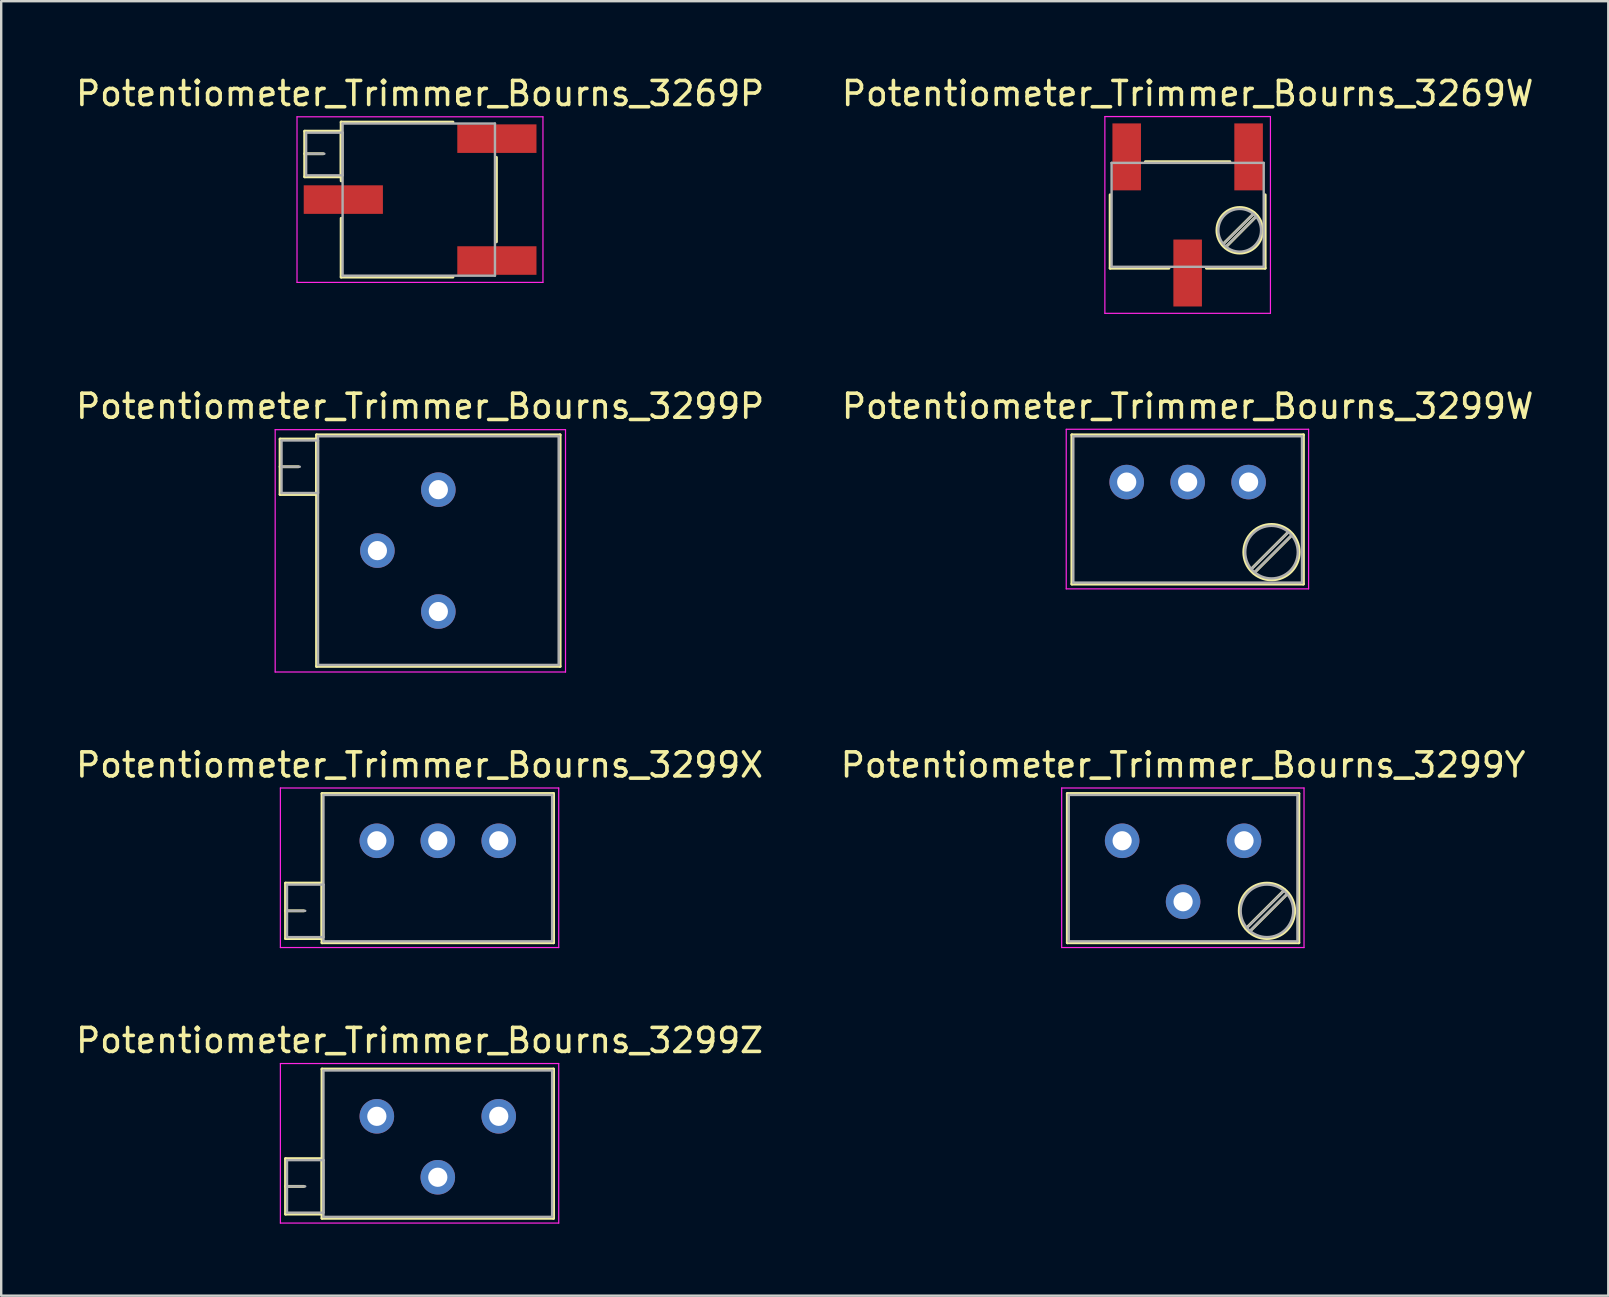
<source format=kicad_pcb>
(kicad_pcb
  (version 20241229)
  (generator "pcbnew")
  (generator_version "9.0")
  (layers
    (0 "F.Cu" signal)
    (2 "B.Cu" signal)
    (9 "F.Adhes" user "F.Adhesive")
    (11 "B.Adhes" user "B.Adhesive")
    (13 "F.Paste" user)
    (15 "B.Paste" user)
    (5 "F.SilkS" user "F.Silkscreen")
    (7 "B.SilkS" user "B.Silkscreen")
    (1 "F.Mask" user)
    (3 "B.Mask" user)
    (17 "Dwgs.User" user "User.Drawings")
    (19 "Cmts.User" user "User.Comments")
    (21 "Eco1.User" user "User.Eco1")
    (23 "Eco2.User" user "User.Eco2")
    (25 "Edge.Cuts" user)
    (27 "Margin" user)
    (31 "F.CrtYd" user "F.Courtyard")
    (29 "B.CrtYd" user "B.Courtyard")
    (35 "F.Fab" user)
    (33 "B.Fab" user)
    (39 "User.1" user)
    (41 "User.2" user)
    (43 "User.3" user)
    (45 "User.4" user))
  (footprint "Potentiometer_Trimmer_Bourns_3299Z"
    (layer "F.Cu")
    (at 17.735 43.473)
    (property "Reference" "Potentiometer_Trimmer_Bourns_3299Z" (at -3.3 -3.16 0) (layer "F.SilkS") (effects (font (size 1 1) (thickness 0.15))))
    (attr through_hole)
    (fp_line (start -8.885 1.765) (end -8.885 4.075) (stroke (width 0.12) (type solid)) (layer "F.SilkS"))
    (fp_line (start -8.885 1.765) (end -7.366 1.765) (stroke (width 0.12) (type solid)) (layer "F.SilkS"))
    (fp_line (start -8.885 2.92) (end -8.125 2.92) (stroke (width 0.12) (type solid)) (layer "F.SilkS"))
    (fp_line (start -8.885 4.075) (end -7.366 4.075) (stroke (width 0.12) (type solid)) (layer "F.SilkS"))
    (fp_line (start -7.366 1.765) (end -7.366 4.075) (stroke (width 0.12) (type solid)) (layer "F.SilkS"))
    (fp_line (start -7.365 -1.97) (end -7.365 4.25) (stroke (width 0.12) (type solid)) (layer "F.SilkS"))
    (fp_line (start -7.365 -1.97) (end 2.285 -1.97) (stroke (width 0.12) (type solid)) (layer "F.SilkS"))
    (fp_line (start -7.365 4.25) (end 2.285 4.25) (stroke (width 0.12) (type solid)) (layer "F.SilkS"))
    (fp_line (start 2.285 -1.97) (end 2.285 4.25) (stroke (width 0.12) (type solid)) (layer "F.SilkS"))
    (fp_line (start -9.1 -2.2) (end -9.1 4.45) (stroke (width 0.05) (type solid)) (layer "F.CrtYd"))
    (fp_line (start -9.1 4.45) (end 2.5 4.45) (stroke (width 0.05) (type solid)) (layer "F.CrtYd"))
    (fp_line (start 2.5 -2.2) (end -9.1 -2.2) (stroke (width 0.05) (type solid)) (layer "F.CrtYd"))
    (fp_line (start 2.5 4.45) (end 2.5 -2.2) (stroke (width 0.05) (type solid)) (layer "F.CrtYd"))
    (fp_line (start -8.825 1.825) (end -8.825 4.015) (stroke (width 0.1) (type solid)) (layer "F.Fab"))
    (fp_line (start -8.825 2.92) (end -8.065 2.92) (stroke (width 0.1) (type solid)) (layer "F.Fab"))
    (fp_line (start -8.825 4.015) (end -7.305 4.015) (stroke (width 0.1) (type solid)) (layer "F.Fab"))
    (fp_line (start -7.305 -1.91) (end -7.305 4.19) (stroke (width 0.1) (type solid)) (layer "F.Fab"))
    (fp_line (start -7.305 1.825) (end -8.825 1.825) (stroke (width 0.1) (type solid)) (layer "F.Fab"))
    (fp_line (start -7.305 4.015) (end -7.305 1.825) (stroke (width 0.1) (type solid)) (layer "F.Fab"))
    (fp_line (start -7.305 4.19) (end 2.225 4.19) (stroke (width 0.1) (type solid)) (layer "F.Fab"))
    (fp_line (start 2.225 -1.91) (end -7.305 -1.91) (stroke (width 0.1) (type solid)) (layer "F.Fab"))
    (fp_line (start 2.225 4.19) (end 2.225 -1.91) (stroke (width 0.1) (type solid)) (layer "F.Fab"))
    (pad "1" thru_hole circle (at 0 0) (size 1.44 1.44) (drill 0.8) (layers "*.Cu" "*.Mask"))
    (pad "2" thru_hole circle (at -2.54 2.54) (size 1.44 1.44) (drill 0.8) (layers "*.Cu" "*.Mask"))
    (pad "3" thru_hole circle (at -5.08 0) (size 1.44 1.44) (drill 0.8) (layers "*.Cu" "*.Mask")))
  (footprint "Potentiometer_Trimmer_Bourns_3299P"
    (layer "F.Cu")
    (at 15.218 17.357)
    (property "Reference" "Potentiometer_Trimmer_Bourns_3299P" (at -0.76 -3.475 0) (layer "F.SilkS") (effects (font (size 1 1) (thickness 0.15))))
    (attr through_hole)
    (fp_line (start -6.595 -2.109) (end -6.595 0.2) (stroke (width 0.12) (type solid)) (layer "F.SilkS"))
    (fp_line (start -6.595 -2.109) (end -5.076 -2.109) (stroke (width 0.12) (type solid)) (layer "F.SilkS"))
    (fp_line (start -6.595 -0.955) (end -5.835 -0.955) (stroke (width 0.12) (type solid)) (layer "F.SilkS"))
    (fp_line (start -6.595 0.2) (end -5.076 0.2) (stroke (width 0.12) (type solid)) (layer "F.SilkS"))
    (fp_line (start -5.076 -2.109) (end -5.076 0.2) (stroke (width 0.12) (type solid)) (layer "F.SilkS"))
    (fp_line (start -5.075 -2.285) (end -5.075 7.365) (stroke (width 0.12) (type solid)) (layer "F.SilkS"))
    (fp_line (start -5.075 -2.285) (end 5.075 -2.285) (stroke (width 0.12) (type solid)) (layer "F.SilkS"))
    (fp_line (start -5.075 7.365) (end 5.075 7.365) (stroke (width 0.12) (type solid)) (layer "F.SilkS"))
    (fp_line (start 5.075 -2.285) (end 5.075 7.365) (stroke (width 0.12) (type solid)) (layer "F.SilkS"))
    (fp_line (start -6.8 -2.5) (end -6.8 7.6) (stroke (width 0.05) (type solid)) (layer "F.CrtYd"))
    (fp_line (start -6.8 7.6) (end 5.3 7.6) (stroke (width 0.05) (type solid)) (layer "F.CrtYd"))
    (fp_line (start 5.3 -2.5) (end -6.8 -2.5) (stroke (width 0.05) (type solid)) (layer "F.CrtYd"))
    (fp_line (start 5.3 7.6) (end 5.3 -2.5) (stroke (width 0.05) (type solid)) (layer "F.CrtYd"))
    (fp_line (start -6.535 -2.05) (end -6.535 0.14) (stroke (width 0.1) (type solid)) (layer "F.Fab"))
    (fp_line (start -6.535 -0.955) (end -5.775 -0.955) (stroke (width 0.1) (type solid)) (layer "F.Fab"))
    (fp_line (start -6.535 0.14) (end -5.015 0.14) (stroke (width 0.1) (type solid)) (layer "F.Fab"))
    (fp_line (start -5.015 -2.225) (end -5.015 7.305) (stroke (width 0.1) (type solid)) (layer "F.Fab"))
    (fp_line (start -5.015 -2.05) (end -6.535 -2.05) (stroke (width 0.1) (type solid)) (layer "F.Fab"))
    (fp_line (start -5.015 0.14) (end -5.015 -2.05) (stroke (width 0.1) (type solid)) (layer "F.Fab"))
    (fp_line (start -5.015 7.305) (end 5.015 7.305) (stroke (width 0.1) (type solid)) (layer "F.Fab"))
    (fp_line (start 5.015 -2.225) (end -5.015 -2.225) (stroke (width 0.1) (type solid)) (layer "F.Fab"))
    (fp_line (start 5.015 7.305) (end 5.015 -2.225) (stroke (width 0.1) (type solid)) (layer "F.Fab"))
    (pad "1" thru_hole circle (at 0 0) (size 1.44 1.44) (drill 0.8) (layers "*.Cu" "*.Mask"))
    (pad "2" thru_hole circle (at -2.54 2.54) (size 1.44 1.44) (drill 0.8) (layers "*.Cu" "*.Mask"))
    (pad "3" thru_hole circle (at 0 5.08) (size 1.44 1.44) (drill 0.8) (layers "*.Cu" "*.Mask")))
  (footprint "Potentiometer_Trimmer_Bourns_3299X"
    (layer "F.Cu")
    (at 17.735 31.99)
    (property "Reference" "Potentiometer_Trimmer_Bourns_3299X" (at -3.3 -3.16 0) (layer "F.SilkS") (effects (font (size 1 1) (thickness 0.15))))
    (attr through_hole)
    (fp_line (start -8.885 1.765) (end -8.885 4.075) (stroke (width 0.12) (type solid)) (layer "F.SilkS"))
    (fp_line (start -8.885 1.765) (end -7.366 1.765) (stroke (width 0.12) (type solid)) (layer "F.SilkS"))
    (fp_line (start -8.885 2.92) (end -8.125 2.92) (stroke (width 0.12) (type solid)) (layer "F.SilkS"))
    (fp_line (start -8.885 4.075) (end -7.366 4.075) (stroke (width 0.12) (type solid)) (layer "F.SilkS"))
    (fp_line (start -7.366 1.765) (end -7.366 4.075) (stroke (width 0.12) (type solid)) (layer "F.SilkS"))
    (fp_line (start -7.365 -1.97) (end -7.365 4.25) (stroke (width 0.12) (type solid)) (layer "F.SilkS"))
    (fp_line (start -7.365 -1.97) (end 2.285 -1.97) (stroke (width 0.12) (type solid)) (layer "F.SilkS"))
    (fp_line (start -7.365 4.25) (end 2.285 4.25) (stroke (width 0.12) (type solid)) (layer "F.SilkS"))
    (fp_line (start 2.285 -1.97) (end 2.285 4.25) (stroke (width 0.12) (type solid)) (layer "F.SilkS"))
    (fp_line (start -9.1 -2.2) (end -9.1 4.45) (stroke (width 0.05) (type solid)) (layer "F.CrtYd"))
    (fp_line (start -9.1 4.45) (end 2.5 4.45) (stroke (width 0.05) (type solid)) (layer "F.CrtYd"))
    (fp_line (start 2.5 -2.2) (end -9.1 -2.2) (stroke (width 0.05) (type solid)) (layer "F.CrtYd"))
    (fp_line (start 2.5 4.45) (end 2.5 -2.2) (stroke (width 0.05) (type solid)) (layer "F.CrtYd"))
    (fp_line (start -8.825 1.825) (end -8.825 4.015) (stroke (width 0.1) (type solid)) (layer "F.Fab"))
    (fp_line (start -8.825 2.92) (end -8.065 2.92) (stroke (width 0.1) (type solid)) (layer "F.Fab"))
    (fp_line (start -8.825 4.015) (end -7.305 4.015) (stroke (width 0.1) (type solid)) (layer "F.Fab"))
    (fp_line (start -7.305 -1.91) (end -7.305 4.19) (stroke (width 0.1) (type solid)) (layer "F.Fab"))
    (fp_line (start -7.305 1.825) (end -8.825 1.825) (stroke (width 0.1) (type solid)) (layer "F.Fab"))
    (fp_line (start -7.305 4.015) (end -7.305 1.825) (stroke (width 0.1) (type solid)) (layer "F.Fab"))
    (fp_line (start -7.305 4.19) (end 2.225 4.19) (stroke (width 0.1) (type solid)) (layer "F.Fab"))
    (fp_line (start 2.225 -1.91) (end -7.305 -1.91) (stroke (width 0.1) (type solid)) (layer "F.Fab"))
    (fp_line (start 2.225 4.19) (end 2.225 -1.91) (stroke (width 0.1) (type solid)) (layer "F.Fab"))
    (pad "1" thru_hole circle (at 0 0) (size 1.44 1.44) (drill 0.8) (layers "*.Cu" "*.Mask"))
    (pad "2" thru_hole circle (at -2.54 0) (size 1.44 1.44) (drill 0.8) (layers "*.Cu" "*.Mask"))
    (pad "3" thru_hole circle (at -5.08 0) (size 1.44 1.44) (drill 0.8) (layers "*.Cu" "*.Mask")))
  (footprint "Potentiometer_Trimmer_Bourns_3269P"
    (layer "F.Cu")
    (at 14.458 5.268)
    (property "Reference" "Potentiometer_Trimmer_Bourns_3269P" (at 0 -4.42 0) (layer "F.SilkS") (effects (font (size 1 1) (thickness 0.15))))
    (attr smd)
    (fp_line (start -4.81 -2.85) (end -4.81 -0.95) (stroke (width 0.12) (type solid)) (layer "F.SilkS"))
    (fp_line (start -4.81 -2.85) (end -3.29 -2.85) (stroke (width 0.12) (type solid)) (layer "F.SilkS"))
    (fp_line (start -4.81 -1.91) (end -4.04 -1.91) (stroke (width 0.12) (type solid)) (layer "F.SilkS"))
    (fp_line (start -4.81 -0.95) (end -3.29 -0.95) (stroke (width 0.12) (type solid)) (layer "F.SilkS"))
    (fp_line (start -3.29 -3.23) (end -3.29 -0.78) (stroke (width 0.12) (type solid)) (layer "F.SilkS"))
    (fp_line (start -3.29 -3.23) (end 1.37 -3.23) (stroke (width 0.12) (type solid)) (layer "F.SilkS"))
    (fp_line (start -3.29 -2.85) (end -3.29 -0.95) (stroke (width 0.12) (type solid)) (layer "F.SilkS"))
    (fp_line (start -3.29 0.78) (end -3.29 3.23) (stroke (width 0.12) (type solid)) (layer "F.SilkS"))
    (fp_line (start -3.29 3.23) (end 1.37 3.23) (stroke (width 0.12) (type solid)) (layer "F.SilkS"))
    (fp_line (start 3.18 -1.76) (end 3.18 1.76) (stroke (width 0.12) (type solid)) (layer "F.SilkS"))
    (fp_line (start -5.13 -3.45) (end -5.13 3.45) (stroke (width 0.05) (type solid)) (layer "F.CrtYd"))
    (fp_line (start -5.13 3.45) (end 5.12 3.45) (stroke (width 0.05) (type solid)) (layer "F.CrtYd"))
    (fp_line (start 5.12 -3.45) (end -5.13 -3.45) (stroke (width 0.05) (type solid)) (layer "F.CrtYd"))
    (fp_line (start 5.12 3.45) (end 5.12 -3.45) (stroke (width 0.05) (type solid)) (layer "F.CrtYd"))
    (fp_line (start -4.75 -2.79) (end -4.75 -1.01) (stroke (width 0.1) (type solid)) (layer "F.Fab"))
    (fp_line (start -4.75 -1.91) (end -3.99 -1.91) (stroke (width 0.1) (type solid)) (layer "F.Fab"))
    (fp_line (start -4.75 -1.01) (end -3.23 -1.01) (stroke (width 0.1) (type solid)) (layer "F.Fab"))
    (fp_line (start -3.23 -3.17) (end -3.23 3.17) (stroke (width 0.1) (type solid)) (layer "F.Fab"))
    (fp_line (start -3.23 -2.79) (end -4.75 -2.79) (stroke (width 0.1) (type solid)) (layer "F.Fab"))
    (fp_line (start -3.23 -1.01) (end -3.23 -2.79) (stroke (width 0.1) (type solid)) (layer "F.Fab"))
    (fp_line (start -3.23 3.17) (end 3.12 3.17) (stroke (width 0.1) (type solid)) (layer "F.Fab"))
    (fp_line (start 3.12 -3.17) (end -3.23 -3.17) (stroke (width 0.1) (type solid)) (layer "F.Fab"))
    (fp_line (start 3.12 3.17) (end 3.12 -3.17) (stroke (width 0.1) (type solid)) (layer "F.Fab"))
    (pad "1" smd rect (at 3.2 -2.54) (size 3.3 1.19) (layers "F.Cu" "F.Mask"))
    (pad "2" smd rect (at -3.2 0) (size 3.3 1.19) (layers "F.Cu" "F.Mask"))
    (pad "3" smd rect (at 3.2 2.54) (size 3.3 1.19) (layers "F.Cu" "F.Mask")))
  (footprint "Potentiometer_Trimmer_Bourns_3299W"
    (layer "F.Cu")
    (at 48.986 17.041)
    (property "Reference" "Potentiometer_Trimmer_Bourns_3299W" (at -2.54 -3.16 0) (layer "F.SilkS") (effects (font (size 1 1) (thickness 0.15))))
    (attr through_hole)
    (fp_line (start -7.365 -1.97) (end -7.365 4.25) (stroke (width 0.12) (type solid)) (layer "F.SilkS"))
    (fp_line (start -7.365 -1.97) (end 2.285 -1.97) (stroke (width 0.12) (type solid)) (layer "F.SilkS"))
    (fp_line (start -7.365 4.25) (end 2.285 4.25) (stroke (width 0.12) (type solid)) (layer "F.SilkS"))
    (fp_line (start 1.691 2.045) (end 0.079 3.655) (stroke (width 0.12) (type solid)) (layer "F.SilkS"))
    (fp_line (start 1.831 2.186) (end 0.22 3.796) (stroke (width 0.12) (type solid)) (layer "F.SilkS"))
    (fp_line (start 2.285 -1.97) (end 2.285 4.25) (stroke (width 0.12) (type solid)) (layer "F.SilkS"))
    (fp_circle (center 0.955 2.92) (end 2.11 2.92) (stroke (width 0.12) (type solid)) (fill no) (layer "F.SilkS"))
    (fp_line (start -7.6 -2.2) (end -7.6 4.45) (stroke (width 0.05) (type solid)) (layer "F.CrtYd"))
    (fp_line (start -7.6 4.45) (end 2.5 4.45) (stroke (width 0.05) (type solid)) (layer "F.CrtYd"))
    (fp_line (start 2.5 -2.2) (end -7.6 -2.2) (stroke (width 0.05) (type solid)) (layer "F.CrtYd"))
    (fp_line (start 2.5 4.45) (end 2.5 -2.2) (stroke (width 0.05) (type solid)) (layer "F.CrtYd"))
    (fp_line (start -7.305 -1.91) (end -7.305 4.19) (stroke (width 0.1) (type solid)) (layer "F.Fab"))
    (fp_line (start -7.305 4.19) (end 2.225 4.19) (stroke (width 0.1) (type solid)) (layer "F.Fab"))
    (fp_line (start 1.652 2.09) (end 0.125 3.617) (stroke (width 0.1) (type solid)) (layer "F.Fab"))
    (fp_line (start 1.786 2.224) (end 0.259 3.751) (stroke (width 0.1) (type solid)) (layer "F.Fab"))
    (fp_line (start 2.225 -1.91) (end -7.305 -1.91) (stroke (width 0.1) (type solid)) (layer "F.Fab"))
    (fp_line (start 2.225 4.19) (end 2.225 -1.91) (stroke (width 0.1) (type solid)) (layer "F.Fab"))
    (fp_circle (center 0.955 2.92) (end 2.05 2.92) (stroke (width 0.1) (type solid)) (fill no) (layer "F.Fab"))
    (pad "1" thru_hole circle (at 0 0) (size 1.44 1.44) (drill 0.8) (layers "*.Cu" "*.Mask"))
    (pad "2" thru_hole circle (at -2.54 0) (size 1.44 1.44) (drill 0.8) (layers "*.Cu" "*.Mask"))
    (pad "3" thru_hole circle (at -5.08 0) (size 1.44 1.44) (drill 0.8) (layers "*.Cu" "*.Mask")))
  (footprint "Potentiometer_Trimmer_Bourns_3299Y"
    (layer "F.Cu")
    (at 48.796 31.99)
    (property "Reference" "Potentiometer_Trimmer_Bourns_3299Y" (at -2.54 -3.16 0) (layer "F.SilkS") (effects (font (size 1 1) (thickness 0.15))))
    (attr through_hole)
    (fp_line (start -7.365 -1.97) (end -7.365 4.25) (stroke (width 0.12) (type solid)) (layer "F.SilkS"))
    (fp_line (start -7.365 -1.97) (end 2.285 -1.97) (stroke (width 0.12) (type solid)) (layer "F.SilkS"))
    (fp_line (start -7.365 4.25) (end 2.285 4.25) (stroke (width 0.12) (type solid)) (layer "F.SilkS"))
    (fp_line (start 1.691 2.045) (end 0.079 3.655) (stroke (width 0.12) (type solid)) (layer "F.SilkS"))
    (fp_line (start 1.831 2.186) (end 0.22 3.796) (stroke (width 0.12) (type solid)) (layer "F.SilkS"))
    (fp_line (start 2.285 -1.97) (end 2.285 4.25) (stroke (width 0.12) (type solid)) (layer "F.SilkS"))
    (fp_circle (center 0.955 2.92) (end 2.11 2.92) (stroke (width 0.12) (type solid)) (fill no) (layer "F.SilkS"))
    (fp_line (start -7.6 -2.2) (end -7.6 4.45) (stroke (width 0.05) (type solid)) (layer "F.CrtYd"))
    (fp_line (start -7.6 4.45) (end 2.5 4.45) (stroke (width 0.05) (type solid)) (layer "F.CrtYd"))
    (fp_line (start 2.5 -2.2) (end -7.6 -2.2) (stroke (width 0.05) (type solid)) (layer "F.CrtYd"))
    (fp_line (start 2.5 4.45) (end 2.5 -2.2) (stroke (width 0.05) (type solid)) (layer "F.CrtYd"))
    (fp_line (start -7.305 -1.91) (end -7.305 4.19) (stroke (width 0.1) (type solid)) (layer "F.Fab"))
    (fp_line (start -7.305 4.19) (end 2.225 4.19) (stroke (width 0.1) (type solid)) (layer "F.Fab"))
    (fp_line (start 1.652 2.09) (end 0.125 3.617) (stroke (width 0.1) (type solid)) (layer "F.Fab"))
    (fp_line (start 1.786 2.224) (end 0.259 3.751) (stroke (width 0.1) (type solid)) (layer "F.Fab"))
    (fp_line (start 2.225 -1.91) (end -7.305 -1.91) (stroke (width 0.1) (type solid)) (layer "F.Fab"))
    (fp_line (start 2.225 4.19) (end 2.225 -1.91) (stroke (width 0.1) (type solid)) (layer "F.Fab"))
    (fp_circle (center 0.955 2.92) (end 2.05 2.92) (stroke (width 0.1) (type solid)) (fill no) (layer "F.Fab"))
    (pad "1" thru_hole circle (at 0 0) (size 1.44 1.44) (drill 0.8) (layers "*.Cu" "*.Mask"))
    (pad "2" thru_hole circle (at -2.54 2.54) (size 1.44 1.44) (drill 0.8) (layers "*.Cu" "*.Mask"))
    (pad "3" thru_hole circle (at -5.08 0) (size 1.44 1.44) (drill 0.8) (layers "*.Cu" "*.Mask")))
  (footprint "Potentiometer_Trimmer_Bourns_3269W"
    (layer "F.Cu")
    (at 46.446 5.908)
    (property "Reference" "Potentiometer_Trimmer_Bourns_3269W" (at 0 -5.06 0) (layer "F.SilkS") (effects (font (size 1 1) (thickness 0.15))))
    (attr smd)
    (fp_line (start -3.23 -0.84) (end -3.23 2.22) (stroke (width 0.12) (type solid)) (layer "F.SilkS"))
    (fp_line (start -3.23 2.22) (end -0.78 2.22) (stroke (width 0.12) (type solid)) (layer "F.SilkS"))
    (fp_line (start -1.76 -2.22) (end 1.76 -2.22) (stroke (width 0.12) (type solid)) (layer "F.SilkS"))
    (fp_line (start 0.78 2.22) (end 3.23 2.22) (stroke (width 0.12) (type solid)) (layer "F.SilkS"))
    (fp_line (start 2.78 -0.08) (end 1.45 1.24) (stroke (width 0.12) (type solid)) (layer "F.SilkS"))
    (fp_line (start 2.89 0.03) (end 1.57 1.36) (stroke (width 0.12) (type solid)) (layer "F.SilkS"))
    (fp_line (start 3.23 -0.84) (end 3.23 2.22) (stroke (width 0.12) (type solid)) (layer "F.SilkS"))
    (fp_circle (center 2.17 0.64) (end 3.12 0.64) (stroke (width 0.12) (type solid)) (fill no) (layer "F.SilkS"))
    (fp_line (start -3.45 -4.1) (end -3.45 4.1) (stroke (width 0.05) (type solid)) (layer "F.CrtYd"))
    (fp_line (start -3.45 4.1) (end 3.45 4.1) (stroke (width 0.05) (type solid)) (layer "F.CrtYd"))
    (fp_line (start 3.45 -4.1) (end -3.45 -4.1) (stroke (width 0.05) (type solid)) (layer "F.CrtYd"))
    (fp_line (start 3.45 4.1) (end 3.45 -4.1) (stroke (width 0.05) (type solid)) (layer "F.CrtYd"))
    (fp_line (start -3.17 -2.17) (end -3.17 2.16) (stroke (width 0.1) (type solid)) (layer "F.Fab"))
    (fp_line (start -3.17 2.16) (end 3.17 2.16) (stroke (width 0.1) (type solid)) (layer "F.Fab"))
    (fp_line (start 2.74 -0.04) (end 1.5 1.2) (stroke (width 0.1) (type solid)) (layer "F.Fab"))
    (fp_line (start 2.85 0.07) (end 1.61 1.31) (stroke (width 0.1) (type solid)) (layer "F.Fab"))
    (fp_line (start 3.17 -2.17) (end -3.17 -2.17) (stroke (width 0.1) (type solid)) (layer "F.Fab"))
    (fp_line (start 3.17 2.16) (end 3.17 -2.17) (stroke (width 0.1) (type solid)) (layer "F.Fab"))
    (fp_circle (center 2.17 0.64) (end 3.06 0.64) (stroke (width 0.1) (type solid)) (fill no) (layer "F.Fab"))
    (pad "1" smd rect (at 2.54 -2.42) (size 1.19 2.79) (layers "F.Cu" "F.Mask"))
    (pad "2" smd rect (at 0 2.42) (size 1.19 2.79) (layers "F.Cu" "F.Mask"))
    (pad "3" smd rect (at -2.54 -2.42) (size 1.19 2.79) (layers "F.Cu" "F.Mask")))
  (gr_rect
    (start -3 -3)
    (end 63.976 50.948)
    (stroke (width 0.1) (type default))
    (fill no)
    (layer "Edge.Cuts")))
</source>
